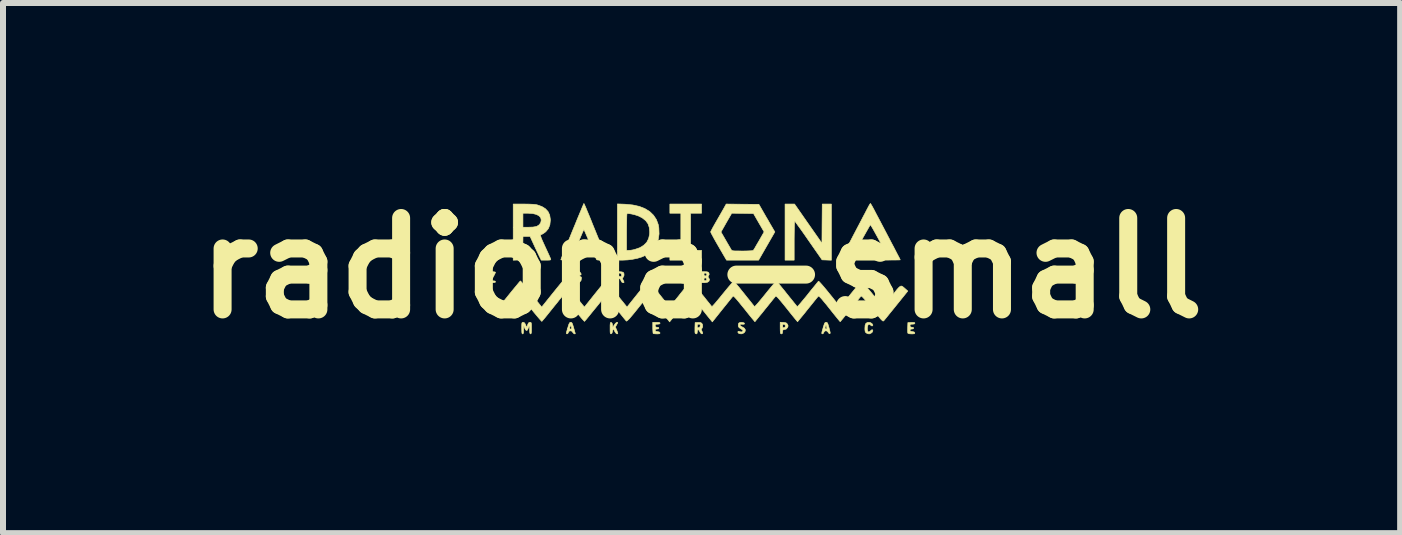
<source format=kicad_pcb>
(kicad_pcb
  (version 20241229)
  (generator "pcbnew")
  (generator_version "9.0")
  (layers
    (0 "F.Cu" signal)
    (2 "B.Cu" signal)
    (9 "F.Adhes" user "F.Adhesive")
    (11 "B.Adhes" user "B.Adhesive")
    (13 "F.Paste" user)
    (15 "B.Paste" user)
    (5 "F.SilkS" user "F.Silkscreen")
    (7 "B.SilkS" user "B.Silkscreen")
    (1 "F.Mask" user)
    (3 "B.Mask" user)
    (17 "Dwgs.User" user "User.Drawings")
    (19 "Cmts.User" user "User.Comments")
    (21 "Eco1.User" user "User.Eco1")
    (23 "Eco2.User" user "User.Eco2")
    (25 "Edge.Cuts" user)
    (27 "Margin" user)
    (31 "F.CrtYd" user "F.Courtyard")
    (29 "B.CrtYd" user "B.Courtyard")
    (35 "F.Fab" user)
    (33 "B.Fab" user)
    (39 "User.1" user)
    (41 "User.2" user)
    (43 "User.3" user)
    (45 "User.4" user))
  (footprint "radiona-small"
    (layer "F.Cu")
    (at 8.643 1.418)
    (property "Reference" "radiona-small" (at 0 0 0) (layer "F.SilkS") (effects (font (size 1.524 1.524) (thickness 0.3))))
    (attr through_hole)
    (fp_poly (pts (xy 0 -0.914) (xy -0.183 -0.914) (xy -0.183 -0.295) (xy 0 -0.295) (xy 0 -0.132) (xy -0.528 -0.132) (xy -0.528 -0.295) (xy -0.345 -0.295) (xy -0.345 -0.914) (xy -0.528 -0.914) (xy -0.528 -1.067) (xy 0 -1.067) (xy 0 -0.914)) (stroke (width 0.01) (type solid)) (fill yes) (layer "F.SilkS"))
    (fp_poly (pts (xy 1.778 -0.74) (xy 2.007 -0.413) (xy 2.009 -0.74) (xy 2.012 -1.067) (xy 2.088 -1.067) (xy 2.164 -1.067) (xy 2.164 -0.131) (xy 2.087 -0.134) (xy 2.009 -0.137) (xy 1.786 -0.457) (xy 1.736 -0.529) (xy 1.69 -0.595) (xy 1.648 -0.654) (xy 1.612 -0.703) (xy 1.584 -0.742) (xy 1.564 -0.769) (xy 1.554 -0.78) (xy 1.554 -0.781) (xy 1.551 -0.772) (xy 1.549 -0.744) (xy 1.547 -0.7) (xy 1.546 -0.64) (xy 1.545 -0.566) (xy 1.544 -0.48) (xy 1.544 -0.458) (xy 1.544 -0.132) (xy 1.392 -0.132) (xy 1.392 -1.067) (xy 1.471 -1.067) (xy 1.55 -1.067) (xy 1.778 -0.74)) (stroke (width 0.01) (type solid)) (fill yes) (layer "F.SilkS"))
    (fp_poly (pts (xy -0.615 0.063) (xy -0.594 0.067) (xy -0.589 0.071) (xy -0.598 0.078) (xy -0.62 0.081) (xy -0.625 0.081) (xy -0.649 0.083) (xy -0.659 0.092) (xy -0.66 0.107) (xy -0.657 0.125) (xy -0.643 0.131) (xy -0.63 0.132) (xy -0.606 0.137) (xy -0.599 0.147) (xy -0.609 0.159) (xy -0.63 0.163) (xy -0.652 0.165) (xy -0.66 0.177) (xy -0.66 0.188) (xy -0.658 0.205) (xy -0.646 0.212) (xy -0.625 0.213) (xy -0.599 0.217) (xy -0.589 0.227) (xy -0.589 0.229) (xy -0.594 0.238) (xy -0.612 0.243) (xy -0.645 0.244) (xy -0.701 0.244) (xy -0.701 0.061) (xy -0.645 0.061) (xy -0.615 0.063)) (stroke (width 0.01) (type solid)) (fill yes) (layer "F.SilkS"))
    (fp_poly (pts (xy 1.364 0.906) (xy 1.397 0.91) (xy 1.416 0.917) (xy 1.429 0.932) (xy 1.432 0.937) (xy 1.442 0.959) (xy 1.44 0.977) (xy 1.432 0.993) (xy 1.411 1.017) (xy 1.384 1.024) (xy 1.362 1.029) (xy 1.353 1.04) (xy 1.351 1.062) (xy 1.347 1.088) (xy 1.335 1.098) (xy 1.318 1.091) (xy 1.317 1.091) (xy 1.314 1.078) (xy 1.312 1.05) (xy 1.311 1.012) (xy 1.311 0.993) (xy 1.311 0.965) (xy 1.351 0.965) (xy 1.353 0.987) (xy 1.363 0.994) (xy 1.374 0.994) (xy 1.392 0.985) (xy 1.397 0.965) (xy 1.391 0.944) (xy 1.374 0.937) (xy 1.358 0.937) (xy 1.352 0.949) (xy 1.351 0.965) (xy 1.311 0.965) (xy 1.311 0.903) (xy 1.364 0.906)) (stroke (width 0.01) (type solid)) (fill yes) (layer "F.SilkS"))
    (fp_poly (pts (xy -3.463 0.062) (xy -3.441 0.066) (xy -3.434 0.071) (xy -3.439 0.084) (xy -3.451 0.109) (xy -3.468 0.142) (xy -3.471 0.147) (xy -3.507 0.213) (xy -3.471 0.213) (xy -3.444 0.216) (xy -3.434 0.227) (xy -3.434 0.229) (xy -3.439 0.237) (xy -3.455 0.242) (xy -3.488 0.244) (xy -3.495 0.244) (xy -3.527 0.242) (xy -3.549 0.238) (xy -3.556 0.234) (xy -3.551 0.221) (xy -3.539 0.195) (xy -3.522 0.163) (xy -3.52 0.16) (xy -3.503 0.127) (xy -3.49 0.102) (xy -3.485 0.089) (xy -3.485 0.088) (xy -3.494 0.084) (xy -3.516 0.081) (xy -3.52 0.081) (xy -3.544 0.079) (xy -3.556 0.072) (xy -3.556 0.071) (xy -3.547 0.066) (xy -3.523 0.062) (xy -3.495 0.061) (xy -3.463 0.062)) (stroke (width 0.01) (type solid)) (fill yes) (layer "F.SilkS"))
    (fp_poly (pts (xy -1.399 0.906) (xy -1.398 0.914) (xy -1.408 0.932) (xy -1.414 0.943) (xy -1.436 0.983) (xy -1.413 1.036) (xy -1.402 1.066) (xy -1.396 1.087) (xy -1.396 1.094) (xy -1.41 1.097) (xy -1.428 1.084) (xy -1.445 1.06) (xy -1.449 1.05) (xy -1.462 1.027) (xy -1.473 1.024) (xy -1.482 1.04) (xy -1.485 1.062) (xy -1.494 1.087) (xy -1.506 1.095) (xy -1.514 1.095) (xy -1.52 1.088) (xy -1.523 1.07) (xy -1.524 1.039) (xy -1.524 1.001) (xy -1.524 0.955) (xy -1.522 0.927) (xy -1.519 0.912) (xy -1.513 0.906) (xy -1.506 0.906) (xy -1.491 0.919) (xy -1.483 0.948) (xy -1.478 0.986) (xy -1.453 0.945) (xy -1.434 0.92) (xy -1.415 0.906) (xy -1.41 0.904) (xy -1.399 0.906)) (stroke (width 0.01) (type solid)) (fill yes) (layer "F.SilkS"))
    (fp_poly (pts (xy 2.819 0.911) (xy 2.843 0.928) (xy 2.855 0.949) (xy 2.855 0.953) (xy 2.848 0.964) (xy 2.833 0.963) (xy 2.819 0.952) (xy 2.816 0.949) (xy 2.8 0.937) (xy 2.788 0.936) (xy 2.775 0.948) (xy 2.767 0.973) (xy 2.763 1.003) (xy 2.765 1.034) (xy 2.772 1.056) (xy 2.78 1.064) (xy 2.8 1.061) (xy 2.815 1.048) (xy 2.835 1.03) (xy 2.849 1.028) (xy 2.855 1.044) (xy 2.855 1.046) (xy 2.846 1.068) (xy 2.824 1.086) (xy 2.797 1.097) (xy 2.789 1.097) (xy 2.765 1.092) (xy 2.745 1.081) (xy 2.733 1.07) (xy 2.726 1.053) (xy 2.723 1.024) (xy 2.723 1.002) (xy 2.726 0.955) (xy 2.738 0.924) (xy 2.761 0.908) (xy 2.791 0.904) (xy 2.819 0.911)) (stroke (width 0.01) (type solid)) (fill yes) (layer "F.SilkS"))
    (fp_poly (pts (xy 0.695 0.909) (xy 0.713 0.917) (xy 0.716 0.925) (xy 0.711 0.935) (xy 0.691 0.937) (xy 0.678 0.936) (xy 0.652 0.936) (xy 0.641 0.943) (xy 0.64 0.949) (xy 0.649 0.964) (xy 0.668 0.976) (xy 0.695 0.99) (xy 0.714 1.003) (xy 0.729 1.027) (xy 0.728 1.051) (xy 0.715 1.073) (xy 0.691 1.089) (xy 0.662 1.097) (xy 0.631 1.093) (xy 0.618 1.087) (xy 0.606 1.072) (xy 0.606 1.062) (xy 0.614 1.053) (xy 0.632 1.057) (xy 0.635 1.059) (xy 0.662 1.065) (xy 0.682 1.059) (xy 0.691 1.045) (xy 0.691 1.044) (xy 0.683 1.032) (xy 0.662 1.016) (xy 0.653 1.011) (xy 0.626 0.993) (xy 0.614 0.972) (xy 0.612 0.959) (xy 0.614 0.931) (xy 0.624 0.915) (xy 0.643 0.907) (xy 0.669 0.905) (xy 0.695 0.909)) (stroke (width 0.01) (type solid)) (fill yes) (layer "F.SilkS"))
    (fp_poly (pts (xy -0.716 0.905) (xy -0.697 0.91) (xy -0.691 0.918) (xy -0.691 0.919) (xy -0.698 0.93) (xy -0.72 0.934) (xy -0.732 0.935) (xy -0.758 0.936) (xy -0.769 0.943) (xy -0.772 0.958) (xy -0.772 0.96) (xy -0.769 0.978) (xy -0.755 0.985) (xy -0.742 0.986) (xy -0.717 0.99) (xy -0.711 1.001) (xy -0.72 1.013) (xy -0.742 1.016) (xy -0.764 1.019) (xy -0.772 1.031) (xy -0.772 1.036) (xy -0.767 1.05) (xy -0.75 1.057) (xy -0.734 1.059) (xy -0.705 1.065) (xy -0.693 1.078) (xy -0.693 1.079) (xy -0.694 1.09) (xy -0.704 1.095) (xy -0.729 1.097) (xy -0.744 1.097) (xy -0.776 1.096) (xy -0.799 1.093) (xy -0.806 1.091) (xy -0.809 1.078) (xy -0.811 1.05) (xy -0.813 1.012) (xy -0.813 0.994) (xy -0.813 0.904) (xy -0.752 0.904) (xy -0.716 0.905)) (stroke (width 0.01) (type solid)) (fill yes) (layer "F.SilkS"))
    (fp_poly (pts (xy 3.549 0.908) (xy 3.556 0.916) (xy 3.556 0.919) (xy 3.55 0.93) (xy 3.529 0.934) (xy 3.515 0.935) (xy 3.489 0.936) (xy 3.478 0.943) (xy 3.475 0.958) (xy 3.475 0.96) (xy 3.478 0.978) (xy 3.492 0.985) (xy 3.505 0.986) (xy 3.529 0.99) (xy 3.536 1.001) (xy 3.527 1.013) (xy 3.505 1.016) (xy 3.483 1.019) (xy 3.475 1.031) (xy 3.475 1.036) (xy 3.479 1.05) (xy 3.497 1.057) (xy 3.513 1.059) (xy 3.542 1.065) (xy 3.554 1.078) (xy 3.554 1.079) (xy 3.553 1.09) (xy 3.543 1.095) (xy 3.519 1.097) (xy 3.501 1.097) (xy 3.461 1.095) (xy 3.441 1.087) (xy 3.438 1.084) (xy 3.436 1.068) (xy 3.435 1.037) (xy 3.436 0.998) (xy 3.436 0.99) (xy 3.439 0.909) (xy 3.498 0.906) (xy 3.531 0.906) (xy 3.549 0.908)) (stroke (width 0.01) (type solid)) (fill yes) (layer "F.SilkS"))
    (fp_poly (pts (xy 2.089 0.906) (xy 2.098 0.915) (xy 2.107 0.934) (xy 2.117 0.968) (xy 2.123 0.988) (xy 2.133 1.027) (xy 2.141 1.059) (xy 2.145 1.079) (xy 2.145 1.082) (xy 2.14 1.094) (xy 2.128 1.092) (xy 2.114 1.078) (xy 2.112 1.073) (xy 2.094 1.052) (xy 2.072 1.045) (xy 2.051 1.052) (xy 2.038 1.072) (xy 2.028 1.091) (xy 2.015 1.097) (xy 2.005 1.093) (xy 2.005 1.076) (xy 2.006 1.069) (xy 2.012 1.045) (xy 2.022 1.01) (xy 2.023 1.007) (xy 2.06 1.007) (xy 2.068 1.015) (xy 2.075 1.016) (xy 2.09 1.011) (xy 2.089 1) (xy 2.083 0.977) (xy 2.083 0.969) (xy 2.079 0.956) (xy 2.072 0.957) (xy 2.064 0.972) (xy 2.06 0.986) (xy 2.06 1.007) (xy 2.023 1.007) (xy 2.033 0.973) (xy 2.045 0.936) (xy 2.054 0.915) (xy 2.065 0.906) (xy 2.077 0.904) (xy 2.089 0.906)) (stroke (width 0.01) (type solid)) (fill yes) (layer "F.SilkS"))
    (fp_poly (pts (xy 0.09 0.062) (xy 0.109 0.068) (xy 0.121 0.079) (xy 0.122 0.082) (xy 0.128 0.103) (xy 0.118 0.126) (xy 0.118 0.127) (xy 0.108 0.145) (xy 0.111 0.157) (xy 0.117 0.163) (xy 0.13 0.183) (xy 0.132 0.194) (xy 0.123 0.22) (xy 0.097 0.237) (xy 0.055 0.244) (xy 0.05 0.244) (xy 0 0.244) (xy 0 0.188) (xy 0.041 0.188) (xy 0.044 0.207) (xy 0.057 0.212) (xy 0.064 0.212) (xy 0.083 0.201) (xy 0.086 0.188) (xy 0.078 0.17) (xy 0.064 0.164) (xy 0.047 0.166) (xy 0.041 0.18) (xy 0.041 0.188) (xy 0 0.188) (xy 0 0.107) (xy 0.041 0.107) (xy 0.045 0.127) (xy 0.061 0.132) (xy 0.081 0.125) (xy 0.088 0.116) (xy 0.086 0.098) (xy 0.07 0.085) (xy 0.053 0.081) (xy 0.044 0.09) (xy 0.041 0.107) (xy 0 0.107) (xy 0 0.061) (xy 0.056 0.061) (xy 0.09 0.062)) (stroke (width 0.01) (type solid)) (fill yes) (layer "F.SilkS"))
    (fp_poly (pts (xy -2.168 0.907) (xy -2.159 0.916) (xy -2.149 0.937) (xy -2.138 0.973) (xy -2.134 0.988) (xy -2.122 1.028) (xy -2.113 1.061) (xy -2.107 1.081) (xy -2.105 1.085) (xy -2.106 1.096) (xy -2.117 1.097) (xy -2.132 1.089) (xy -2.144 1.075) (xy -2.146 1.072) (xy -2.163 1.051) (xy -2.185 1.046) (xy -2.208 1.052) (xy -2.219 1.07) (xy -2.219 1.072) (xy -2.229 1.091) (xy -2.242 1.097) (xy -2.252 1.093) (xy -2.252 1.076) (xy -2.251 1.069) (xy -2.244 1.045) (xy -2.235 1.011) (xy -2.199 1.011) (xy -2.193 1.015) (xy -2.184 1.016) (xy -2.168 1.011) (xy -2.165 1.003) (xy -2.169 0.984) (xy -2.174 0.97) (xy -2.181 0.957) (xy -2.186 0.961) (xy -2.188 0.968) (xy -2.198 0.996) (xy -2.199 1.011) (xy -2.235 1.011) (xy -2.234 1.01) (xy -2.223 0.973) (xy -2.211 0.936) (xy -2.201 0.915) (xy -2.191 0.906) (xy -2.18 0.904) (xy -2.168 0.907)) (stroke (width 0.01) (type solid)) (fill yes) (layer "F.SilkS"))
    (fp_poly (pts (xy -2.771 0.062) (xy -2.761 0.069) (xy -2.753 0.084) (xy -2.744 0.113) (xy -2.735 0.146) (xy -2.723 0.191) (xy -2.717 0.219) (xy -2.714 0.235) (xy -2.716 0.242) (xy -2.723 0.244) (xy -2.729 0.244) (xy -2.744 0.235) (xy -2.75 0.224) (xy -2.762 0.208) (xy -2.786 0.203) (xy -2.811 0.208) (xy -2.822 0.224) (xy -2.834 0.24) (xy -2.845 0.244) (xy -2.856 0.242) (xy -2.859 0.235) (xy -2.855 0.216) (xy -2.849 0.196) (xy -2.837 0.156) (xy -2.837 0.155) (xy -2.803 0.155) (xy -2.796 0.17) (xy -2.785 0.173) (xy -2.772 0.17) (xy -2.77 0.159) (xy -2.774 0.14) (xy -2.781 0.116) (xy -2.784 0.102) (xy -2.785 0.102) (xy -2.788 0.103) (xy -2.794 0.116) (xy -2.8 0.135) (xy -2.803 0.152) (xy -2.803 0.155) (xy -2.837 0.155) (xy -2.826 0.115) (xy -2.823 0.104) (xy -2.814 0.077) (xy -2.803 0.064) (xy -2.786 0.061) (xy -2.785 0.061) (xy -2.771 0.062)) (stroke (width 0.01) (type solid)) (fill yes) (layer "F.SilkS"))
    (fp_poly (pts (xy -2.028 0.065) (xy -2.009 0.092) (xy -2.008 0.094) (xy -2.008 0.112) (xy -2.018 0.118) (xy -2.034 0.11) (xy -2.043 0.101) (xy -2.059 0.084) (xy -2.073 0.084) (xy -2.08 0.087) (xy -2.091 0.1) (xy -2.097 0.124) (xy -2.098 0.154) (xy -2.097 0.185) (xy -2.094 0.202) (xy -2.084 0.209) (xy -2.07 0.211) (xy -2.05 0.211) (xy -2.042 0.2) (xy -2.042 0.194) (xy -2.048 0.177) (xy -2.057 0.173) (xy -2.071 0.165) (xy -2.073 0.157) (xy -2.065 0.146) (xy -2.04 0.142) (xy -2.037 0.142) (xy -2.013 0.144) (xy -2.003 0.153) (xy -2.002 0.17) (xy -2.009 0.209) (xy -2.032 0.234) (xy -2.067 0.244) (xy -2.072 0.244) (xy -2.103 0.24) (xy -2.124 0.228) (xy -2.124 0.228) (xy -2.132 0.209) (xy -2.139 0.178) (xy -2.142 0.158) (xy -2.143 0.124) (xy -2.139 0.102) (xy -2.128 0.085) (xy -2.12 0.077) (xy -2.089 0.056) (xy -2.056 0.052) (xy -2.028 0.065)) (stroke (width 0.01) (type solid)) (fill yes) (layer "F.SilkS"))
    (fp_poly (pts (xy -1.336 0.063) (xy -1.311 0.069) (xy -1.303 0.073) (xy -1.292 0.096) (xy -1.293 0.126) (xy -1.306 0.152) (xy -1.306 0.153) (xy -1.316 0.167) (xy -1.315 0.182) (xy -1.306 0.202) (xy -1.294 0.227) (xy -1.292 0.24) (xy -1.301 0.244) (xy -1.31 0.244) (xy -1.329 0.234) (xy -1.343 0.208) (xy -1.354 0.185) (xy -1.366 0.173) (xy -1.369 0.173) (xy -1.378 0.182) (xy -1.382 0.208) (xy -1.382 0.208) (xy -1.384 0.233) (xy -1.393 0.243) (xy -1.402 0.244) (xy -1.412 0.242) (xy -1.418 0.235) (xy -1.421 0.218) (xy -1.422 0.188) (xy -1.422 0.152) (xy -1.422 0.111) (xy -1.382 0.111) (xy -1.379 0.133) (xy -1.368 0.141) (xy -1.356 0.142) (xy -1.337 0.139) (xy -1.332 0.126) (xy -1.333 0.114) (xy -1.341 0.091) (xy -1.359 0.083) (xy -1.375 0.084) (xy -1.381 0.096) (xy -1.382 0.111) (xy -1.422 0.111) (xy -1.422 0.061) (xy -1.369 0.061) (xy -1.336 0.063)) (stroke (width 0.01) (type solid)) (fill yes) (layer "F.SilkS"))
    (fp_poly (pts (xy -0.022 0.907) (xy 0.002 0.918) (xy 0.004 0.92) (xy 0.017 0.944) (xy 0.019 0.974) (xy 0.011 0.999) (xy 0.005 1.006) (xy -0.004 1.017) (xy -0.002 1.031) (xy 0.005 1.047) (xy 0.018 1.076) (xy 0.018 1.093) (xy 0.005 1.097) (xy -0.009 1.089) (xy -0.024 1.068) (xy -0.027 1.062) (xy -0.041 1.039) (xy -0.055 1.027) (xy -0.058 1.026) (xy -0.068 1.036) (xy -0.071 1.062) (xy -0.074 1.088) (xy -0.085 1.097) (xy -0.087 1.097) (xy -0.104 1.09) (xy -0.107 1.084) (xy -0.11 1.068) (xy -0.11 1.037) (xy -0.11 0.998) (xy -0.11 0.99) (xy -0.109 0.966) (xy -0.071 0.966) (xy -0.069 0.988) (xy -0.059 0.994) (xy -0.048 0.994) (xy -0.029 0.984) (xy -0.022 0.963) (xy -0.023 0.942) (xy -0.034 0.935) (xy -0.045 0.935) (xy -0.063 0.938) (xy -0.07 0.951) (xy -0.071 0.966) (xy -0.109 0.966) (xy -0.107 0.909) (xy -0.06 0.906) (xy -0.022 0.907)) (stroke (width 0.01) (type solid)) (fill yes) (layer "F.SilkS"))
    (fp_poly (pts (xy -2.848 0.905) (xy -2.841 0.91) (xy -2.837 0.923) (xy -2.835 0.947) (xy -2.835 0.987) (xy -2.835 1.001) (xy -2.835 1.047) (xy -2.837 1.076) (xy -2.841 1.092) (xy -2.848 1.097) (xy -2.85 1.097) (xy -2.858 1.093) (xy -2.863 1.077) (xy -2.865 1.047) (xy -2.865 1.03) (xy -2.866 0.992) (xy -2.87 0.973) (xy -2.877 0.975) (xy -2.887 0.996) (xy -2.891 1.008) (xy -2.904 1.035) (xy -2.918 1.042) (xy -2.933 1.029) (xy -2.946 1.004) (xy -2.965 0.96) (xy -2.966 1.029) (xy -2.967 1.067) (xy -2.971 1.088) (xy -2.978 1.097) (xy -2.982 1.097) (xy -2.989 1.094) (xy -2.994 1.081) (xy -2.996 1.056) (xy -2.997 1.015) (xy -2.997 1.001) (xy -2.997 0.956) (xy -2.996 0.928) (xy -2.992 0.912) (xy -2.986 0.906) (xy -2.976 0.904) (xy -2.973 0.904) (xy -2.956 0.909) (xy -2.942 0.926) (xy -2.932 0.947) (xy -2.914 0.991) (xy -2.899 0.947) (xy -2.887 0.919) (xy -2.874 0.907) (xy -2.859 0.904) (xy -2.848 0.905)) (stroke (width 0.01) (type solid)) (fill yes) (layer "F.SilkS"))
    (fp_poly (pts (xy -1.273 -1.064) (xy -1.148 -1.052) (xy -1.038 -1.028) (xy -0.944 -0.991) (xy -0.864 -0.942) (xy -0.801 -0.881) (xy -0.753 -0.809) (xy -0.722 -0.726) (xy -0.712 -0.671) (xy -0.708 -0.569) (xy -0.722 -0.476) (xy -0.755 -0.392) (xy -0.804 -0.318) (xy -0.87 -0.256) (xy -0.951 -0.205) (xy -1.002 -0.183) (xy -1.068 -0.163) (xy -1.147 -0.147) (xy -1.23 -0.136) (xy -1.312 -0.132) (xy -1.318 -0.132) (xy -1.402 -0.132) (xy -1.402 -0.599) (xy -1.25 -0.599) (xy -1.25 -0.295) (xy -1.211 -0.295) (xy -1.179 -0.297) (xy -1.139 -0.304) (xy -1.114 -0.31) (xy -1.03 -0.339) (xy -0.964 -0.379) (xy -0.914 -0.429) (xy -0.882 -0.491) (xy -0.866 -0.563) (xy -0.864 -0.6) (xy -0.871 -0.675) (xy -0.892 -0.738) (xy -0.93 -0.79) (xy -0.985 -0.834) (xy -1.041 -0.864) (xy -1.076 -0.877) (xy -1.117 -0.89) (xy -1.16 -0.9) (xy -1.199 -0.907) (xy -1.228 -0.91) (xy -1.242 -0.908) (xy -1.244 -0.897) (xy -1.246 -0.868) (xy -1.247 -0.824) (xy -1.248 -0.767) (xy -1.249 -0.701) (xy -1.25 -0.626) (xy -1.25 -0.599) (xy -1.402 -0.599) (xy -1.402 -1.069) (xy -1.273 -1.064)) (stroke (width 0.01) (type solid)) (fill yes) (layer "F.SilkS"))
    (fp_poly (pts (xy 0.684 -1.064) (xy 0.956 -1.062) (xy 1.07 -0.863) (xy 1.105 -0.804) (xy 1.136 -0.749) (xy 1.164 -0.701) (xy 1.186 -0.664) (xy 1.2 -0.639) (xy 1.203 -0.634) (xy 1.222 -0.603) (xy 0.951 -0.132) (xy 0.417 -0.132) (xy 0.362 -0.226) (xy 0.301 -0.331) (xy 0.25 -0.419) (xy 0.21 -0.49) (xy 0.181 -0.544) (xy 0.161 -0.581) (xy 0.153 -0.6) (xy 0.153 -0.601) (xy 0.324 -0.601) (xy 0.402 -0.466) (xy 0.43 -0.417) (xy 0.456 -0.373) (xy 0.477 -0.337) (xy 0.491 -0.313) (xy 0.494 -0.307) (xy 0.5 -0.299) (xy 0.508 -0.293) (xy 0.521 -0.289) (xy 0.542 -0.286) (xy 0.575 -0.285) (xy 0.622 -0.285) (xy 0.681 -0.284) (xy 0.751 -0.285) (xy 0.802 -0.287) (xy 0.837 -0.289) (xy 0.858 -0.293) (xy 0.864 -0.297) (xy 0.873 -0.31) (xy 0.89 -0.337) (xy 0.912 -0.376) (xy 0.939 -0.422) (xy 0.959 -0.456) (xy 1.043 -0.603) (xy 0.954 -0.756) (xy 0.866 -0.909) (xy 0.684 -0.912) (xy 0.503 -0.914) (xy 0.413 -0.758) (xy 0.324 -0.601) (xy 0.153 -0.601) (xy 0.152 -0.603) (xy 0.157 -0.615) (xy 0.171 -0.642) (xy 0.191 -0.68) (xy 0.216 -0.724) (xy 0.226 -0.742) (xy 0.259 -0.799) (xy 0.294 -0.86) (xy 0.328 -0.919) (xy 0.355 -0.967) (xy 0.356 -0.968) (xy 0.411 -1.067) (xy 0.684 -1.064)) (stroke (width 0.01) (type solid)) (fill yes) (layer "F.SilkS"))
    (fp_poly (pts (xy -2.964 -1.067) (xy -2.88 -1.066) (xy -2.812 -1.063) (xy -2.762 -1.058) (xy -2.738 -1.053) (xy -2.66 -1.025) (xy -2.601 -0.988) (xy -2.558 -0.941) (xy -2.531 -0.883) (xy -2.52 -0.812) (xy -2.52 -0.795) (xy -2.528 -0.721) (xy -2.553 -0.658) (xy -2.595 -0.607) (xy -2.615 -0.591) (xy -2.642 -0.573) (xy -2.663 -0.561) (xy -2.671 -0.559) (xy -2.68 -0.556) (xy -2.684 -0.548) (xy -2.681 -0.532) (xy -2.673 -0.505) (xy -2.657 -0.466) (xy -2.633 -0.413) (xy -2.607 -0.356) (xy -2.58 -0.298) (xy -2.556 -0.246) (xy -2.536 -0.202) (xy -2.522 -0.17) (xy -2.515 -0.153) (xy -2.514 -0.152) (xy -2.513 -0.142) (xy -2.518 -0.136) (xy -2.534 -0.133) (xy -2.563 -0.132) (xy -2.59 -0.132) (xy -2.672 -0.132) (xy -2.706 -0.201) (xy -2.723 -0.237) (xy -2.746 -0.285) (xy -2.772 -0.34) (xy -2.797 -0.395) (xy -2.799 -0.399) (xy -2.858 -0.528) (xy -2.976 -0.528) (xy -2.982 -0.137) (xy -3.139 -0.131) (xy -3.139 -0.914) (xy -2.977 -0.914) (xy -2.977 -0.681) (xy -2.881 -0.681) (xy -2.812 -0.683) (xy -2.762 -0.691) (xy -2.743 -0.697) (xy -2.703 -0.723) (xy -2.679 -0.761) (xy -2.672 -0.801) (xy -2.681 -0.84) (xy -2.709 -0.871) (xy -2.753 -0.894) (xy -2.814 -0.909) (xy -2.889 -0.914) (xy -2.897 -0.914) (xy -2.977 -0.914) (xy -3.139 -0.914) (xy -3.139 -1.067) (xy -2.964 -1.067)) (stroke (width 0.01) (type solid)) (fill yes) (layer "F.SilkS"))
    (fp_poly (pts (xy -1.956 -1.068) (xy -1.944 -1.042) (xy -1.927 -1.004) (xy -1.907 -0.954) (xy -1.883 -0.897) (xy -1.872 -0.871) (xy -1.844 -0.802) (xy -1.811 -0.719) (xy -1.774 -0.629) (xy -1.737 -0.538) (xy -1.701 -0.45) (xy -1.682 -0.403) (xy -1.654 -0.335) (xy -1.629 -0.273) (xy -1.607 -0.219) (xy -1.591 -0.177) (xy -1.579 -0.149) (xy -1.575 -0.137) (xy -1.575 -0.136) (xy -1.584 -0.134) (xy -1.609 -0.133) (xy -1.645 -0.132) (xy -1.661 -0.132) (xy -1.703 -0.132) (xy -1.73 -0.134) (xy -1.745 -0.138) (xy -1.753 -0.147) (xy -1.758 -0.159) (xy -1.777 -0.207) (xy -1.799 -0.262) (xy -1.823 -0.322) (xy -1.849 -0.384) (xy -1.874 -0.445) (xy -1.899 -0.503) (xy -1.921 -0.554) (xy -1.939 -0.595) (xy -1.952 -0.625) (xy -1.96 -0.639) (xy -1.961 -0.64) (xy -1.966 -0.631) (xy -1.979 -0.606) (xy -1.996 -0.566) (xy -2.018 -0.515) (xy -2.043 -0.455) (xy -2.07 -0.389) (xy -2.172 -0.137) (xy -2.26 -0.134) (xy -2.299 -0.134) (xy -2.329 -0.135) (xy -2.344 -0.138) (xy -2.345 -0.14) (xy -2.326 -0.19) (xy -2.301 -0.251) (xy -2.273 -0.321) (xy -2.242 -0.397) (xy -2.209 -0.478) (xy -2.175 -0.562) (xy -2.141 -0.645) (xy -2.107 -0.727) (xy -2.075 -0.806) (xy -2.045 -0.878) (xy -2.018 -0.942) (xy -1.996 -0.996) (xy -1.978 -1.038) (xy -1.966 -1.066) (xy -1.961 -1.077) (xy -1.961 -1.077) (xy -1.956 -1.068)) (stroke (width 0.01) (type solid)) (fill yes) (layer "F.SilkS"))
    (fp_poly (pts (xy 2.821 -1.068) (xy 2.835 -1.046) (xy 2.854 -1.012) (xy 2.875 -0.973) (xy 2.892 -0.94) (xy 2.917 -0.892) (xy 2.949 -0.832) (xy 2.986 -0.762) (xy 3.027 -0.684) (xy 3.07 -0.602) (xy 3.114 -0.518) (xy 3.121 -0.505) (xy 3.162 -0.426) (xy 3.201 -0.353) (xy 3.235 -0.287) (xy 3.264 -0.231) (xy 3.288 -0.186) (xy 3.304 -0.155) (xy 3.311 -0.139) (xy 3.312 -0.137) (xy 3.302 -0.136) (xy 3.274 -0.135) (xy 3.229 -0.134) (xy 3.17 -0.134) (xy 3.099 -0.133) (xy 3.016 -0.133) (xy 2.925 -0.132) (xy 2.828 -0.132) (xy 2.814 -0.132) (xy 2.315 -0.132) (xy 2.401 -0.298) (xy 2.582 -0.298) (xy 2.585 -0.293) (xy 2.597 -0.29) (xy 2.62 -0.288) (xy 2.657 -0.286) (xy 2.709 -0.285) (xy 2.778 -0.285) (xy 2.814 -0.284) (xy 2.897 -0.285) (xy 2.963 -0.286) (xy 3.01 -0.288) (xy 3.039 -0.291) (xy 3.048 -0.295) (xy 3.043 -0.307) (xy 3.031 -0.333) (xy 3.011 -0.371) (xy 2.987 -0.417) (xy 2.959 -0.468) (xy 2.93 -0.522) (xy 2.901 -0.574) (xy 2.874 -0.623) (xy 2.85 -0.665) (xy 2.831 -0.697) (xy 2.818 -0.717) (xy 2.815 -0.721) (xy 2.808 -0.713) (xy 2.794 -0.689) (xy 2.774 -0.654) (xy 2.749 -0.61) (xy 2.721 -0.56) (xy 2.691 -0.507) (xy 2.663 -0.454) (xy 2.636 -0.404) (xy 2.613 -0.36) (xy 2.595 -0.326) (xy 2.585 -0.304) (xy 2.582 -0.298) (xy 2.401 -0.298) (xy 2.409 -0.312) (xy 2.442 -0.376) (xy 2.482 -0.451) (xy 2.525 -0.534) (xy 2.569 -0.618) (xy 2.611 -0.698) (xy 2.626 -0.726) (xy 2.661 -0.793) (xy 2.694 -0.857) (xy 2.725 -0.915) (xy 2.75 -0.964) (xy 2.77 -1.001) (xy 2.779 -1.019) (xy 2.795 -1.048) (xy 2.808 -1.069) (xy 2.815 -1.077) (xy 2.821 -1.068)) (stroke (width 0.01) (type solid)) (fill yes) (layer "F.SilkS"))
    (fp_poly (pts (xy -1.589 0.222) (xy -1.57 0.243) (xy -1.543 0.275) (xy -1.51 0.316) (xy -1.476 0.359) (xy -1.434 0.412) (xy -1.391 0.465) (xy -1.352 0.515) (xy -1.318 0.556) (xy -1.302 0.576) (xy -1.242 0.65) (xy -1.067 0.431) (xy -1.021 0.374) (xy -0.979 0.323) (xy -0.943 0.279) (xy -0.914 0.245) (xy -0.894 0.223) (xy -0.885 0.214) (xy -0.885 0.214) (xy -0.877 0.222) (xy -0.859 0.243) (xy -0.831 0.277) (xy -0.796 0.32) (xy -0.754 0.371) (xy -0.709 0.428) (xy -0.706 0.432) (xy -0.652 0.5) (xy -0.608 0.553) (xy -0.575 0.592) (xy -0.551 0.618) (xy -0.534 0.633) (xy -0.525 0.638) (xy -0.522 0.637) (xy -0.513 0.626) (xy -0.493 0.602) (xy -0.464 0.566) (xy -0.427 0.521) (xy -0.385 0.469) (xy -0.346 0.419) (xy -0.301 0.364) (xy -0.26 0.315) (xy -0.225 0.274) (xy -0.198 0.243) (xy -0.179 0.224) (xy -0.172 0.219) (xy -0.163 0.228) (xy -0.144 0.251) (xy -0.116 0.285) (xy -0.08 0.329) (xy -0.039 0.38) (xy 0.001 0.43) (xy 0.046 0.485) (xy 0.086 0.536) (xy 0.121 0.579) (xy 0.148 0.613) (xy 0.166 0.635) (xy 0.172 0.643) (xy 0.18 0.637) (xy 0.199 0.617) (xy 0.227 0.586) (xy 0.262 0.544) (xy 0.304 0.494) (xy 0.349 0.438) (xy 0.354 0.432) (xy 0.401 0.375) (xy 0.443 0.324) (xy 0.48 0.281) (xy 0.509 0.248) (xy 0.529 0.227) (xy 0.539 0.219) (xy 0.539 0.219) (xy 0.548 0.228) (xy 0.567 0.251) (xy 0.596 0.286) (xy 0.632 0.329) (xy 0.673 0.381) (xy 0.713 0.43) (xy 0.757 0.486) (xy 0.798 0.536) (xy 0.832 0.579) (xy 0.859 0.613) (xy 0.877 0.635) (xy 0.883 0.643) (xy 0.891 0.637) (xy 0.91 0.617) (xy 0.938 0.586) (xy 0.973 0.544) (xy 1.015 0.494) (xy 1.06 0.438) (xy 1.065 0.432) (xy 1.111 0.375) (xy 1.153 0.324) (xy 1.19 0.28) (xy 1.219 0.247) (xy 1.239 0.226) (xy 1.248 0.218) (xy 1.249 0.218) (xy 1.257 0.227) (xy 1.276 0.249) (xy 1.305 0.284) (xy 1.34 0.327) (xy 1.382 0.378) (xy 1.422 0.429) (xy 1.467 0.485) (xy 1.508 0.535) (xy 1.543 0.579) (xy 1.57 0.612) (xy 1.588 0.635) (xy 1.595 0.643) (xy 1.603 0.637) (xy 1.621 0.618) (xy 1.649 0.586) (xy 1.684 0.544) (xy 1.725 0.495) (xy 1.771 0.439) (xy 1.772 0.437) (xy 1.817 0.38) (xy 1.859 0.329) (xy 1.895 0.285) (xy 1.923 0.25) (xy 1.942 0.227) (xy 1.951 0.218) (xy 1.951 0.218) (xy 1.959 0.225) (xy 1.978 0.245) (xy 2.007 0.277) (xy 2.043 0.319) (xy 2.084 0.368) (xy 2.129 0.424) (xy 2.175 0.48) (xy 2.216 0.532) (xy 2.252 0.576) (xy 2.28 0.61) (xy 2.298 0.633) (xy 2.306 0.643) (xy 2.314 0.637) (xy 2.332 0.617) (xy 2.36 0.586) (xy 2.396 0.544) (xy 2.437 0.494) (xy 2.483 0.438) (xy 2.488 0.431) (xy 2.534 0.375) (xy 2.576 0.324) (xy 2.612 0.28) (xy 2.641 0.247) (xy 2.662 0.226) (xy 2.671 0.218) (xy 2.671 0.218) (xy 2.679 0.227) (xy 2.698 0.248) (xy 2.725 0.281) (xy 2.758 0.322) (xy 2.796 0.369) (xy 2.837 0.418) (xy 2.878 0.469) (xy 2.917 0.517) (xy 2.952 0.561) (xy 2.982 0.598) (xy 3.003 0.625) (xy 3.012 0.637) (xy 3.019 0.638) (xy 3.031 0.629) (xy 3.051 0.61) (xy 3.079 0.578) (xy 3.117 0.533) (xy 3.165 0.473) (xy 3.169 0.468) (xy 3.217 0.409) (xy 3.253 0.363) (xy 3.281 0.331) (xy 3.303 0.311) (xy 3.32 0.301) (xy 3.336 0.3) (xy 3.351 0.308) (xy 3.369 0.322) (xy 3.392 0.342) (xy 3.393 0.343) (xy 3.438 0.383) (xy 3.246 0.621) (xy 3.198 0.681) (xy 3.152 0.737) (xy 3.112 0.787) (xy 3.079 0.828) (xy 3.054 0.858) (xy 3.04 0.875) (xy 3.038 0.877) (xy 3.032 0.882) (xy 3.026 0.883) (xy 3.017 0.879) (xy 3.004 0.867) (xy 2.985 0.848) (xy 2.96 0.818) (xy 2.926 0.777) (xy 2.882 0.722) (xy 2.845 0.676) (xy 2.791 0.609) (xy 2.749 0.557) (xy 2.716 0.518) (xy 2.692 0.492) (xy 2.675 0.475) (xy 2.664 0.468) (xy 2.657 0.469) (xy 2.657 0.469) (xy 2.647 0.481) (xy 2.627 0.505) (xy 2.598 0.542) (xy 2.561 0.587) (xy 2.519 0.639) (xy 2.479 0.688) (xy 2.435 0.744) (xy 2.395 0.793) (xy 2.361 0.835) (xy 2.334 0.867) (xy 2.317 0.888) (xy 2.311 0.894) (xy 2.304 0.886) (xy 2.286 0.865) (xy 2.259 0.832) (xy 2.224 0.789) (xy 2.183 0.738) (xy 2.138 0.681) (xy 2.133 0.675) (xy 2.08 0.608) (xy 2.037 0.557) (xy 2.005 0.518) (xy 1.98 0.491) (xy 1.963 0.475) (xy 1.952 0.468) (xy 1.946 0.469) (xy 1.946 0.469) (xy 1.936 0.481) (xy 1.916 0.505) (xy 1.886 0.542) (xy 1.85 0.587) (xy 1.808 0.639) (xy 1.768 0.688) (xy 1.724 0.744) (xy 1.684 0.793) (xy 1.649 0.835) (xy 1.623 0.867) (xy 1.606 0.888) (xy 1.6 0.894) (xy 1.593 0.886) (xy 1.575 0.865) (xy 1.548 0.832) (xy 1.513 0.789) (xy 1.472 0.738) (xy 1.427 0.681) (xy 1.422 0.675) (xy 1.368 0.608) (xy 1.326 0.557) (xy 1.293 0.518) (xy 1.269 0.491) (xy 1.252 0.475) (xy 1.241 0.468) (xy 1.235 0.469) (xy 1.234 0.469) (xy 1.225 0.481) (xy 1.205 0.505) (xy 1.175 0.542) (xy 1.139 0.587) (xy 1.097 0.639) (xy 1.057 0.688) (xy 1.013 0.744) (xy 0.972 0.793) (xy 0.938 0.835) (xy 0.912 0.867) (xy 0.895 0.888) (xy 0.889 0.894) (xy 0.882 0.886) (xy 0.865 0.865) (xy 0.837 0.832) (xy 0.802 0.789) (xy 0.761 0.738) (xy 0.716 0.681) (xy 0.711 0.675) (xy 0.657 0.609) (xy 0.615 0.557) (xy 0.582 0.518) (xy 0.558 0.492) (xy 0.541 0.475) (xy 0.53 0.468) (xy 0.523 0.469) (xy 0.523 0.469) (xy 0.514 0.481) (xy 0.493 0.506) (xy 0.464 0.542) (xy 0.428 0.587) (xy 0.386 0.639) (xy 0.345 0.69) (xy 0.18 0.897) (xy 0.16 0.873) (xy 0.148 0.858) (xy 0.125 0.83) (xy 0.094 0.792) (xy 0.056 0.744) (xy 0.013 0.691) (xy -0.018 0.652) (xy -0.069 0.59) (xy -0.108 0.542) (xy -0.138 0.507) (xy -0.16 0.484) (xy -0.175 0.472) (xy -0.184 0.468) (xy -0.188 0.469) (xy -0.198 0.481) (xy -0.218 0.506) (xy -0.247 0.542) (xy -0.284 0.587) (xy -0.325 0.639) (xy -0.366 0.69) (xy -0.532 0.897) (xy -0.551 0.873) (xy -0.563 0.858) (xy -0.586 0.831) (xy -0.617 0.792) (xy -0.655 0.745) (xy -0.697 0.692) (xy -0.73 0.652) (xy -0.779 0.591) (xy -0.817 0.545) (xy -0.845 0.511) (xy -0.866 0.488) (xy -0.88 0.474) (xy -0.89 0.469) (xy -0.897 0.469) (xy -0.903 0.474) (xy -0.904 0.475) (xy -0.979 0.569) (xy -1.043 0.649) (xy -1.096 0.715) (xy -1.139 0.768) (xy -1.174 0.809) (xy -1.201 0.841) (xy -1.222 0.862) (xy -1.237 0.876) (xy -1.247 0.883) (xy -1.253 0.884) (xy -1.255 0.882) (xy -1.264 0.871) (xy -1.285 0.846) (xy -1.314 0.81) (xy -1.351 0.764) (xy -1.393 0.712) (xy -1.433 0.662) (xy -1.485 0.597) (xy -1.525 0.548) (xy -1.556 0.511) (xy -1.579 0.487) (xy -1.595 0.472) (xy -1.604 0.467) (xy -1.61 0.469) (xy -1.624 0.487) (xy -1.647 0.517) (xy -1.678 0.556) (xy -1.714 0.601) (xy -1.754 0.65) (xy -1.795 0.7) (xy -1.835 0.749) (xy -1.872 0.795) (xy -1.904 0.834) (xy -1.929 0.864) (xy -1.946 0.883) (xy -1.95 0.889) (xy -1.958 0.882) (xy -1.977 0.862) (xy -2.005 0.83) (xy -2.041 0.787) (xy -2.082 0.737) (xy -2.128 0.68) (xy -2.133 0.674) (xy -2.179 0.617) (xy -2.221 0.567) (xy -2.257 0.524) (xy -2.286 0.491) (xy -2.306 0.471) (xy -2.316 0.464) (xy -2.316 0.464) (xy -2.324 0.474) (xy -2.343 0.497) (xy -2.372 0.532) (xy -2.407 0.577) (xy -2.449 0.628) (xy -2.489 0.678) (xy -2.534 0.734) (xy -2.574 0.784) (xy -2.609 0.827) (xy -2.637 0.86) (xy -2.655 0.881) (xy -2.662 0.889) (xy -2.67 0.882) (xy -2.688 0.862) (xy -2.716 0.83) (xy -2.752 0.787) (xy -2.794 0.737) (xy -2.839 0.68) (xy -2.844 0.674) (xy -2.89 0.617) (xy -2.932 0.567) (xy -2.968 0.524) (xy -2.997 0.491) (xy -3.018 0.471) (xy -3.027 0.464) (xy -3.027 0.464) (xy -3.036 0.474) (xy -3.055 0.498) (xy -3.082 0.532) (xy -3.117 0.576) (xy -3.157 0.625) (xy -3.175 0.648) (xy -3.314 0.823) (xy -3.374 0.776) (xy -3.403 0.75) (xy -3.422 0.73) (xy -3.427 0.718) (xy -3.427 0.717) (xy -3.417 0.704) (xy -3.397 0.678) (xy -3.368 0.641) (xy -3.333 0.597) (xy -3.293 0.547) (xy -3.249 0.493) (xy -3.205 0.438) (xy -3.162 0.385) (xy -3.121 0.335) (xy -3.084 0.291) (xy -3.054 0.254) (xy -3.032 0.228) (xy -3.02 0.215) (xy -3.019 0.214) (xy -3.011 0.222) (xy -2.992 0.243) (xy -2.966 0.274) (xy -2.934 0.314) (xy -2.911 0.342) (xy -2.869 0.395) (xy -2.824 0.451) (xy -2.781 0.505) (xy -2.745 0.55) (xy -2.736 0.56) (xy -2.664 0.65) (xy -2.489 0.432) (xy -2.443 0.375) (xy -2.401 0.323) (xy -2.365 0.279) (xy -2.337 0.245) (xy -2.317 0.223) (xy -2.308 0.214) (xy -2.308 0.214) (xy -2.3 0.222) (xy -2.281 0.243) (xy -2.254 0.276) (xy -2.219 0.318) (xy -2.18 0.367) (xy -2.159 0.393) (xy -2.116 0.448) (xy -2.075 0.499) (xy -2.038 0.545) (xy -2.009 0.581) (xy -1.989 0.606) (xy -1.985 0.611) (xy -1.952 0.65) (xy -1.778 0.432) (xy -1.732 0.375) (xy -1.69 0.323) (xy -1.654 0.279) (xy -1.625 0.245) (xy -1.606 0.223) (xy -1.597 0.214) (xy -1.597 0.214) (xy -1.589 0.222)) (stroke (width 0.01) (type solid)) (fill yes) (layer "F.SilkS")))
  (gr_rect
    (start -3 -3)
    (end 20.287 5.836)
    (stroke (width 0.1) (type default))
    (fill no)
    (layer "Edge.Cuts")))
</source>
